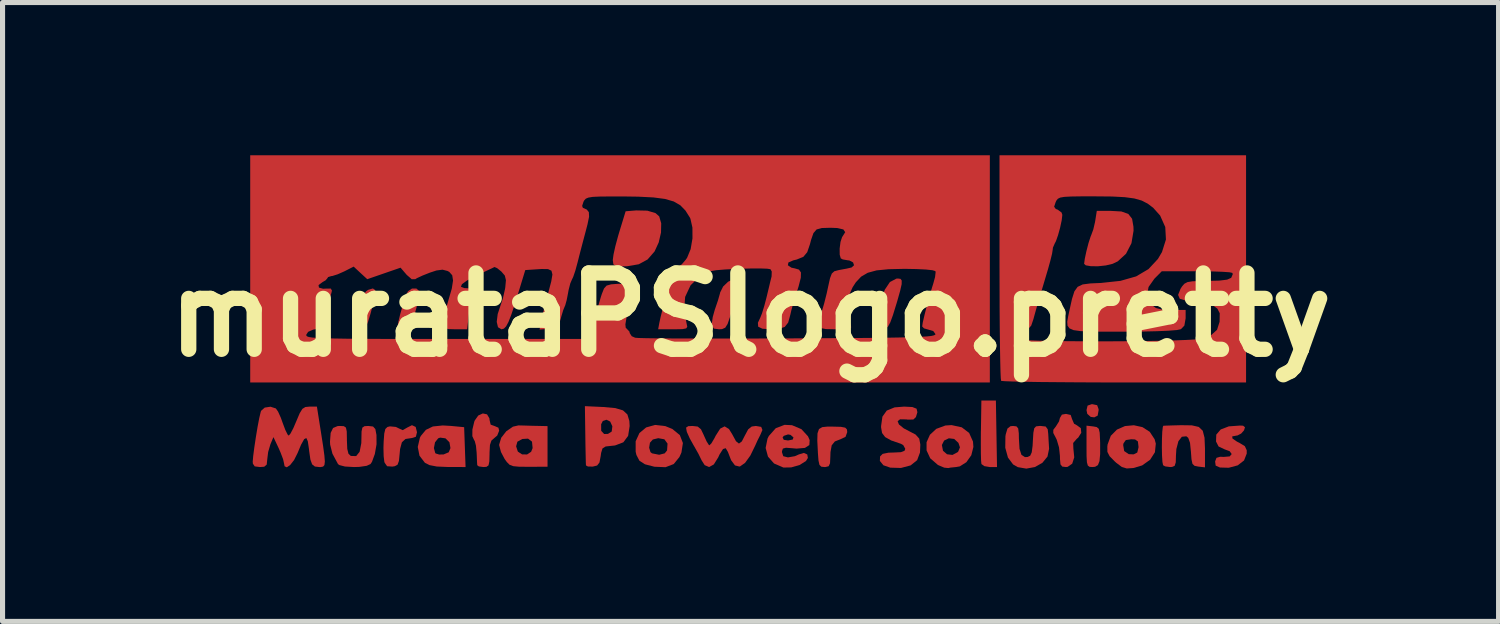
<source format=kicad_pcb>
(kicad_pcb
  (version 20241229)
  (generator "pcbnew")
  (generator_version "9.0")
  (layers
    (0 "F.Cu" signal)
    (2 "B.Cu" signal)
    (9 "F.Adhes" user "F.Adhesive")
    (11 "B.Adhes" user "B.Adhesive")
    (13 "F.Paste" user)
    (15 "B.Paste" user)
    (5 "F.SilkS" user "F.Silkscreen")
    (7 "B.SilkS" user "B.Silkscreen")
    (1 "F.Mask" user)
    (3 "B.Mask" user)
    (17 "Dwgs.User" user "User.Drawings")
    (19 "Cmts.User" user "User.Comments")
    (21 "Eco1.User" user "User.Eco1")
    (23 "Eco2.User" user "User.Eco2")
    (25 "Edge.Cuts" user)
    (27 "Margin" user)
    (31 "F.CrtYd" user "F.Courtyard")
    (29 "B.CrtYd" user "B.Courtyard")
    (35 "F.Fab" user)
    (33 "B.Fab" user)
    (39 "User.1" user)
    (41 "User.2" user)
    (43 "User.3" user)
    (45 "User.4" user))
  (footprint "murataPSlogo.pretty"
    (layer "F.Cu")
    (at 11.693 3.133)
    (property "Reference" "murataPSlogo.pretty" (at 0 0 0) (layer "F.SilkS") (effects (font (size 1.5 1.5) (thickness 0.3))))
    (attr board_only exclude_from_pos_files exclude_from_bom)
    (fp_poly (pts (xy 6.808 1.776) (xy 6.836 1.853) (xy 6.837 1.873) (xy 6.818 1.981) (xy 6.752 2.015) (xy 6.682 2.006) (xy 6.614 1.947) (xy 6.599 1.872) (xy 6.62 1.784) (xy 6.699 1.757) (xy 6.718 1.757)) (stroke (width 0) (type solid)) (fill yes) (layer "F.Cu"))
    (fp_poly (pts (xy 4.83 2.338) (xy 4.841 2.991) (xy 4.698 2.991) (xy 4.591 2.973) (xy 4.535 2.932) (xy 4.528 2.864) (xy 4.524 2.721) (xy 4.523 2.524) (xy 4.524 2.294) (xy 4.525 2.279) (xy 4.534 1.685) (xy 4.676 1.685) (xy 4.819 1.685)) (stroke (width 0) (type solid)) (fill yes) (layer "F.Cu"))
    (fp_poly (pts (xy 6.73 2.193) (xy 6.8 2.206) (xy 6.84 2.24) (xy 6.858 2.317) (xy 6.865 2.461) (xy 6.867 2.516) (xy 6.867 2.735) (xy 6.854 2.875) (xy 6.823 2.953) (xy 6.768 2.986) (xy 6.715 2.991) (xy 6.659 2.987) (xy 6.625 2.962) (xy 6.607 2.899) (xy 6.6 2.777) (xy 6.599 2.584) (xy 6.599 2.178)) (stroke (width 0) (type solid)) (fill yes) (layer "F.Cu"))
    (fp_poly (pts (xy -7.374 -0.486) (xy -7.375 -0.385) (xy -7.405 -0.251) (xy -7.465 -0.022) (xy -7.511 0.131) (xy -7.55 0.222) (xy -7.588 0.268) (xy -7.635 0.283) (xy -7.671 0.285) (xy -7.756 0.267) (xy -7.785 0.194) (xy -7.786 0.154) (xy -7.765 -0.01) (xy -7.711 -0.188) (xy -7.635 -0.349) (xy -7.552 -0.461) (xy -7.513 -0.489) (xy -7.419 -0.517)) (stroke (width 0) (type solid)) (fill yes) (layer "F.Cu"))
    (fp_poly (pts (xy -6.563 -0.515) (xy -6.509 -0.465) (xy -6.505 -0.439) (xy -6.52 -0.323) (xy -6.558 -0.155) (xy -6.61 0.027) (xy -6.655 0.154) (xy -6.727 0.259) (xy -6.819 0.285) (xy -6.905 0.265) (xy -6.932 0.229) (xy -6.918 0.137) (xy -6.883 -0.007) (xy -6.836 -0.172) (xy -6.787 -0.325) (xy -6.744 -0.434) (xy -6.728 -0.463) (xy -6.649 -0.516)) (stroke (width 0) (type solid)) (fill yes) (layer "F.Cu"))
    (fp_poly (pts (xy -2.028 -2.045) (xy -1.867 -1.997) (xy -1.794 -1.932) (xy -1.755 -1.797) (xy -1.759 -1.615) (xy -1.804 -1.421) (xy -1.884 -1.247) (xy -1.886 -1.243) (xy -2.023 -1.086) (xy -2.196 -0.992) (xy -2.427 -0.953) (xy -2.528 -0.95) (xy -2.645 -0.957) (xy -2.695 -0.991) (xy -2.706 -1.074) (xy -2.706 -1.079) (xy -2.692 -1.183) (xy -2.656 -1.347) (xy -2.603 -1.543) (xy -2.58 -1.621) (xy -2.454 -2.033) (xy -2.246 -2.05)) (stroke (width 0) (type solid)) (fill yes) (layer "F.Cu"))
    (fp_poly (pts (xy -0.265 -0.696) (xy -0.237 -0.676) (xy -0.225 -0.634) (xy -0.233 -0.555) (xy -0.263 -0.428) (xy -0.318 -0.238) (xy -0.399 0.029) (xy -0.401 0.036) (xy -0.451 0.18) (xy -0.497 0.254) (xy -0.56 0.282) (xy -0.619 0.285) (xy -0.72 0.272) (xy -0.757 0.216) (xy -0.76 0.167) (xy -0.743 0.045) (xy -0.701 -0.105) (xy -0.692 -0.13) (xy -0.64 -0.283) (xy -0.6 -0.423) (xy -0.597 -0.439) (xy -0.539 -0.555) (xy -0.44 -0.65) (xy -0.329 -0.7)) (stroke (width 0) (type solid)) (fill yes) (layer "F.Cu"))
    (fp_poly (pts (xy 2.946 -0.705) (xy 2.969 -0.673) (xy 2.968 -0.601) (xy 2.939 -0.473) (xy 2.883 -0.274) (xy 2.865 -0.214) (xy 2.797 0.006) (xy 2.745 0.149) (xy 2.699 0.233) (xy 2.647 0.273) (xy 2.582 0.284) (xy 2.558 0.285) (xy 2.454 0.267) (xy 2.421 0.205) (xy 2.421 0.199) (xy 2.442 0.102) (xy 2.461 0.069) (xy 2.492 0.001) (xy 2.531 -0.129) (xy 2.561 -0.254) (xy 2.635 -0.49) (xy 2.737 -0.643) (xy 2.864 -0.71) (xy 2.897 -0.712)) (stroke (width 0) (type solid)) (fill yes) (layer "F.Cu"))
    (fp_poly (pts (xy 7.284 -2.029) (xy 7.42 -1.981) (xy 7.494 -1.886) (xy 7.521 -1.73) (xy 7.523 -1.651) (xy 7.482 -1.406) (xy 7.375 -1.198) (xy 7.212 -1.049) (xy 7.112 -1.001) (xy 6.978 -0.969) (xy 6.826 -0.953) (xy 6.686 -0.954) (xy 6.585 -0.971) (xy 6.552 -1) (xy 6.565 -1.1) (xy 6.597 -1.249) (xy 6.638 -1.408) (xy 6.679 -1.535) (xy 6.696 -1.577) (xy 6.732 -1.675) (xy 6.765 -1.816) (xy 6.771 -1.85) (xy 6.801 -2.041) (xy 7.071 -2.041)) (stroke (width 0) (type solid)) (fill yes) (layer "F.Cu"))
    (fp_poly (pts (xy 1.617 2.197) (xy 1.774 2.201) (xy 1.859 2.217) (xy 1.893 2.252) (xy 1.899 2.305) (xy 1.866 2.397) (xy 1.769 2.444) (xy 1.656 2.488) (xy 1.594 2.564) (xy 1.57 2.697) (xy 1.567 2.789) (xy 1.561 2.917) (xy 1.534 2.975) (xy 1.47 2.991) (xy 1.452 2.991) (xy 1.389 2.984) (xy 1.353 2.948) (xy 1.334 2.862) (xy 1.322 2.703) (xy 1.322 2.694) (xy 1.311 2.472) (xy 1.315 2.328) (xy 1.344 2.245) (xy 1.408 2.207) (xy 1.515 2.196)) (stroke (width 0) (type solid)) (fill yes) (layer "F.Cu"))
    (fp_poly (pts (xy -6.578 2.203) (xy -6.552 2.307) (xy -6.574 2.396) (xy -6.656 2.422) (xy -6.659 2.422) (xy -6.779 2.44) (xy -6.849 2.505) (xy -6.884 2.636) (xy -6.893 2.731) (xy -6.907 2.872) (xy -6.934 2.945) (xy -6.99 2.975) (xy -7.037 2.982) (xy -7.139 2.975) (xy -7.187 2.907) (xy -7.194 2.885) (xy -7.207 2.777) (xy -7.211 2.615) (xy -7.207 2.491) (xy -7.195 2.331) (xy -7.174 2.244) (xy -7.133 2.204) (xy -7.083 2.192) (xy -6.967 2.203) (xy -6.904 2.234) (xy -6.833 2.266) (xy -6.753 2.221) (xy -6.753 2.22) (xy -6.651 2.169)) (stroke (width 0) (type solid)) (fill yes) (layer "F.Cu"))
    (fp_poly (pts (xy 6.288 1.968) (xy 6.314 2.045) (xy 6.314 2.046) (xy 6.355 2.141) (xy 6.409 2.17) (xy 6.487 2.227) (xy 6.496 2.318) (xy 6.435 2.414) (xy 6.407 2.437) (xy 6.337 2.518) (xy 6.341 2.629) (xy 6.358 2.8) (xy 6.318 2.925) (xy 6.229 2.987) (xy 6.195 2.991) (xy 6.123 2.982) (xy 6.088 2.939) (xy 6.078 2.837) (xy 6.077 2.773) (xy 6.059 2.605) (xy 6.014 2.454) (xy 5.997 2.419) (xy 5.946 2.321) (xy 5.947 2.259) (xy 5.997 2.194) (xy 6.059 2.095) (xy 6.077 2.026) (xy 6.116 1.961) (xy 6.196 1.947)) (stroke (width 0) (type solid)) (fill yes) (layer "F.Cu"))
    (fp_poly (pts (xy -5.887 2.183) (xy -5.626 2.208) (xy -5.612 2.599) (xy -5.598 2.991) (xy -5.945 2.99) (xy -6.162 2.981) (xy -6.307 2.953) (xy -6.397 2.907) (xy -6.503 2.769) (xy -6.533 2.618) (xy -6.22 2.618) (xy -6.194 2.715) (xy -6.186 2.724) (xy -6.117 2.745) (xy -6.031 2.744) (xy -5.929 2.701) (xy -5.895 2.619) (xy -5.915 2.504) (xy -5.993 2.427) (xy -6.097 2.413) (xy -6.136 2.427) (xy -6.198 2.505) (xy -6.22 2.618) (xy -6.533 2.618) (xy -6.537 2.595) (xy -6.495 2.415) (xy -6.476 2.379) (xy -6.377 2.26) (xy -6.24 2.194) (xy -6.046 2.174)) (stroke (width 0) (type solid)) (fill yes) (layer "F.Cu"))
    (fp_poly (pts (xy -5.176 1.956) (xy -5.13 2.034) (xy -5.127 2.065) (xy -5.105 2.158) (xy -5.033 2.184) (xy -4.953 2.218) (xy -4.938 2.277) (xy -4.976 2.372) (xy -5.033 2.421) (xy -5.09 2.471) (xy -5.119 2.557) (xy -5.127 2.708) (xy -5.127 2.732) (xy -5.131 2.881) (xy -5.147 2.958) (xy -5.188 2.987) (xy -5.246 2.991) (xy -5.337 2.979) (xy -5.369 2.955) (xy -5.373 2.89) (xy -5.378 2.766) (xy -5.381 2.706) (xy -5.394 2.571) (xy -5.418 2.479) (xy -5.43 2.462) (xy -5.465 2.385) (xy -5.464 2.254) (xy -5.427 2.1) (xy -5.418 2.077) (xy -5.349 1.979) (xy -5.259 1.938)) (stroke (width 0) (type solid)) (fill yes) (layer "F.Cu"))
    (fp_poly (pts (xy -4.438 2.176) (xy -4.274 2.181) (xy -4.214 2.182) (xy -3.988 2.187) (xy -3.988 2.586) (xy -3.988 2.985) (xy -4.357 2.986) (xy -4.543 2.985) (xy -4.66 2.974) (xy -4.733 2.947) (xy -4.787 2.893) (xy -4.831 2.832) (xy -4.902 2.697) (xy -4.932 2.584) (xy -4.605 2.584) (xy -4.571 2.688) (xy -4.488 2.742) (xy -4.39 2.744) (xy -4.31 2.691) (xy -4.281 2.618) (xy -4.293 2.492) (xy -4.371 2.433) (xy -4.483 2.44) (xy -4.58 2.493) (xy -4.605 2.584) (xy -4.932 2.584) (xy -4.937 2.568) (xy -4.938 2.551) (xy -4.898 2.416) (xy -4.798 2.288) (xy -4.668 2.198) (xy -4.56 2.173)) (stroke (width 0) (type solid)) (fill yes) (layer "F.Cu"))
    (fp_poly (pts (xy -1.674 2.187) (xy -1.537 2.243) (xy -1.389 2.364) (xy -1.329 2.519) (xy -1.358 2.706) (xy -1.397 2.794) (xy -1.509 2.932) (xy -1.67 2.994) (xy -1.888 2.985) (xy -1.892 2.984) (xy -2.074 2.937) (xy -2.183 2.867) (xy -2.242 2.754) (xy -2.257 2.689) (xy -2.257 2.611) (xy -1.992 2.611) (xy -1.966 2.698) (xy -1.935 2.722) (xy -1.795 2.75) (xy -1.686 2.722) (xy -1.64 2.665) (xy -1.631 2.53) (xy -1.693 2.446) (xy -1.813 2.424) (xy -1.919 2.45) (xy -1.976 2.513) (xy -1.992 2.611) (xy -2.257 2.611) (xy -2.257 2.485) (xy -2.183 2.323) (xy -2.051 2.213) (xy -1.876 2.164)) (stroke (width 0) (type solid)) (fill yes) (layer "F.Cu"))
    (fp_poly (pts (xy 9.675 2.179) (xy 9.712 2.209) (xy 9.693 2.27) (xy 9.637 2.333) (xy 9.563 2.371) (xy 9.541 2.374) (xy 9.461 2.389) (xy 9.466 2.431) (xy 9.555 2.492) (xy 9.603 2.516) (xy 9.709 2.581) (xy 9.746 2.661) (xy 9.746 2.727) (xy 9.693 2.862) (xy 9.569 2.958) (xy 9.393 3.005) (xy 9.22 3) (xy 9.136 2.963) (xy 9.125 2.881) (xy 9.152 2.81) (xy 9.224 2.789) (xy 9.294 2.792) (xy 9.411 2.782) (xy 9.451 2.736) (xy 9.411 2.68) (xy 9.311 2.643) (xy 9.193 2.587) (xy 9.143 2.489) (xy 9.148 2.354) (xy 9.235 2.253) (xy 9.394 2.192) (xy 9.615 2.176)) (stroke (width 0) (type solid)) (fill yes) (layer "F.Cu"))
    (fp_poly (pts (xy 4.149 2.211) (xy 4.294 2.322) (xy 4.369 2.49) (xy 4.377 2.596) (xy 4.336 2.759) (xy 4.239 2.896) (xy 4.11 2.978) (xy 4.037 2.991) (xy 3.926 3.002) (xy 3.885 3.011) (xy 3.804 3.003) (xy 3.691 2.955) (xy 3.679 2.949) (xy 3.529 2.819) (xy 3.457 2.664) (xy 3.457 2.558) (xy 3.758 2.558) (xy 3.78 2.671) (xy 3.859 2.74) (xy 3.966 2.753) (xy 4.069 2.698) (xy 4.08 2.685) (xy 4.113 2.604) (xy 4.083 2.516) (xy 4 2.439) (xy 3.895 2.426) (xy 3.802 2.471) (xy 3.758 2.558) (xy 3.457 2.558) (xy 3.457 2.504) (xy 3.523 2.357) (xy 3.648 2.241) (xy 3.827 2.175) (xy 3.948 2.167)) (stroke (width 0) (type solid)) (fill yes) (layer "F.Cu"))
    (fp_poly (pts (xy 5.797 2.195) (xy 5.837 2.249) (xy 5.847 2.338) (xy 5.856 2.499) (xy 5.864 2.633) (xy 5.832 2.786) (xy 5.732 2.908) (xy 5.585 2.991) (xy 5.417 3.022) (xy 5.249 2.993) (xy 5.157 2.94) (xy 5.056 2.805) (xy 5.003 2.612) (xy 5.006 2.389) (xy 5.012 2.35) (xy 5.046 2.235) (xy 5.105 2.189) (xy 5.156 2.184) (xy 5.223 2.192) (xy 5.257 2.232) (xy 5.269 2.327) (xy 5.271 2.433) (xy 5.283 2.633) (xy 5.321 2.751) (xy 5.39 2.796) (xy 5.442 2.793) (xy 5.493 2.768) (xy 5.523 2.702) (xy 5.54 2.573) (xy 5.545 2.48) (xy 5.555 2.319) (xy 5.572 2.23) (xy 5.608 2.192) (xy 5.674 2.184) (xy 5.699 2.184)) (stroke (width 0) (type solid)) (fill yes) (layer "F.Cu"))
    (fp_poly (pts (xy 7.698 2.207) (xy 7.841 2.299) (xy 7.937 2.445) (xy 7.96 2.531) (xy 7.943 2.7) (xy 7.848 2.848) (xy 7.692 2.959) (xy 7.52 3.01) (xy 7.39 3.019) (xy 7.293 2.99) (xy 7.184 2.908) (xy 7.157 2.884) (xy 7.053 2.779) (xy 7.009 2.693) (xy 7.008 2.586) (xy 7.012 2.558) (xy 7.319 2.558) (xy 7.339 2.677) (xy 7.429 2.738) (xy 7.525 2.742) (xy 7.596 2.706) (xy 7.62 2.607) (xy 7.62 2.587) (xy 7.608 2.487) (xy 7.553 2.449) (xy 7.478 2.445) (xy 7.371 2.461) (xy 7.326 2.524) (xy 7.319 2.558) (xy 7.012 2.558) (xy 7.012 2.551) (xy 7.076 2.377) (xy 7.197 2.255) (xy 7.355 2.186) (xy 7.529 2.17)) (stroke (width 0) (type solid)) (fill yes) (layer "F.Cu"))
    (fp_poly (pts (xy 8.668 2.172) (xy 8.804 2.203) (xy 8.882 2.278) (xy 8.917 2.414) (xy 8.926 2.627) (xy 8.926 2.644) (xy 8.926 2.997) (xy 8.795 2.982) (xy 8.721 2.967) (xy 8.68 2.928) (xy 8.661 2.84) (xy 8.65 2.692) (xy 8.632 2.515) (xy 8.597 2.417) (xy 8.56 2.387) (xy 8.472 2.396) (xy 8.404 2.484) (xy 8.364 2.637) (xy 8.356 2.763) (xy 8.352 2.9) (xy 8.33 2.968) (xy 8.279 2.989) (xy 8.24 2.991) (xy 8.143 2.978) (xy 8.103 2.955) (xy 8.09 2.889) (xy 8.082 2.763) (xy 8.079 2.604) (xy 8.081 2.439) (xy 8.087 2.296) (xy 8.098 2.202) (xy 8.108 2.18) (xy 8.17 2.177) (xy 8.298 2.173) (xy 8.457 2.169)) (stroke (width 0) (type solid)) (fill yes) (layer "F.Cu"))
    (fp_poly (pts (xy -7.415 2.195) (xy -7.37 2.245) (xy -7.348 2.362) (xy -7.347 2.545) (xy -7.38 2.734) (xy -7.436 2.888) (xy -7.465 2.932) (xy -7.541 2.967) (xy -7.686 2.988) (xy -7.789 2.991) (xy -7.966 2.981) (xy -8.078 2.952) (xy -8.104 2.932) (xy -8.213 2.729) (xy -8.258 2.551) (xy -8.261 2.491) (xy -8.248 2.32) (xy -8.201 2.224) (xy -8.111 2.186) (xy -8.066 2.184) (xy -7.989 2.188) (xy -7.948 2.216) (xy -7.932 2.29) (xy -7.929 2.433) (xy -7.929 2.464) (xy -7.922 2.634) (xy -7.898 2.73) (xy -7.852 2.773) (xy -7.851 2.773) (xy -7.747 2.776) (xy -7.679 2.691) (xy -7.646 2.522) (xy -7.644 2.439) (xy -7.641 2.292) (xy -7.625 2.216) (xy -7.582 2.188) (xy -7.507 2.184)) (stroke (width 0) (type solid)) (fill yes) (layer "F.Cu"))
    (fp_poly (pts (xy -2.887 1.812) (xy -2.657 1.833) (xy -2.506 1.878) (xy -2.419 1.959) (xy -2.381 2.086) (xy -2.375 2.185) (xy -2.405 2.379) (xy -2.499 2.505) (xy -2.662 2.567) (xy -2.719 2.573) (xy -2.846 2.587) (xy -2.908 2.625) (xy -2.935 2.712) (xy -2.944 2.777) (xy -2.968 2.902) (xy -3.014 2.961) (xy -3.098 2.982) (xy -3.194 2.981) (xy -3.233 2.959) (xy -3.236 2.898) (xy -3.239 2.763) (xy -3.243 2.574) (xy -3.246 2.357) (xy -3.249 2.151) (xy -2.935 2.151) (xy -2.934 2.279) (xy -2.876 2.342) (xy -2.801 2.34) (xy -2.727 2.293) (xy -2.715 2.192) (xy -2.715 2.19) (xy -2.757 2.098) (xy -2.83 2.062) (xy -2.902 2.086) (xy -2.935 2.151) (xy -3.249 2.151) (xy -3.254 1.795)) (stroke (width 0) (type solid)) (fill yes) (layer "F.Cu"))
    (fp_poly (pts (xy 3.178 1.812) (xy 3.261 1.845) (xy 3.277 1.914) (xy 3.248 2.01) (xy 3.197 2.058) (xy 3.085 2.059) (xy 3.059 2.055) (xy 2.936 2.053) (xy 2.889 2.091) (xy 2.915 2.155) (xy 3.011 2.232) (xy 3.11 2.284) (xy 3.242 2.353) (xy 3.313 2.432) (xy 3.335 2.549) (xy 3.328 2.706) (xy 3.272 2.856) (xy 3.143 2.959) (xy 2.954 3.009) (xy 2.745 3.003) (xy 2.609 2.956) (xy 2.54 2.871) (xy 2.544 2.783) (xy 2.595 2.732) (xy 2.709 2.709) (xy 2.806 2.706) (xy 2.953 2.699) (xy 3.024 2.672) (xy 3.039 2.633) (xy 2.999 2.56) (xy 2.955 2.535) (xy 2.761 2.468) (xy 2.643 2.402) (xy 2.583 2.322) (xy 2.564 2.213) (xy 2.564 2.185) (xy 2.59 2.001) (xy 2.675 1.882) (xy 2.829 1.819) (xy 3.015 1.804)) (stroke (width 0) (type solid)) (fill yes) (layer "F.Cu"))
    (fp_poly (pts (xy 0.814 2.169) (xy 0.999 2.247) (xy 1.128 2.387) (xy 1.161 2.461) (xy 1.155 2.559) (xy 1.068 2.615) (xy 0.903 2.629) (xy 0.825 2.622) (xy 0.696 2.612) (xy 0.635 2.628) (xy 0.618 2.679) (xy 0.617 2.7) (xy 0.642 2.778) (xy 0.732 2.801) (xy 0.737 2.801) (xy 0.87 2.778) (xy 0.949 2.743) (xy 1.047 2.714) (xy 1.114 2.744) (xy 1.126 2.812) (xy 1.088 2.873) (xy 0.963 2.951) (xy 0.798 2.998) (xy 0.647 3.001) (xy 0.643 3) (xy 0.461 2.921) (xy 0.342 2.786) (xy 0.296 2.616) (xy 0.333 2.433) (xy 0.345 2.409) (xy 0.629 2.409) (xy 0.652 2.456) (xy 0.736 2.469) (xy 0.828 2.451) (xy 0.843 2.409) (xy 0.785 2.359) (xy 0.736 2.35) (xy 0.653 2.378) (xy 0.629 2.409) (xy 0.345 2.409) (xy 0.359 2.381) (xy 0.495 2.228) (xy 0.668 2.162)) (stroke (width 0) (type solid)) (fill yes) (layer "F.Cu"))
    (fp_poly (pts (xy 0.209 2.202) (xy 0.233 2.263) (xy 0.19 2.363) (xy 0.135 2.472) (xy 0.094 2.564) (xy -0.004 2.765) (xy -0.108 2.909) (xy -0.206 2.978) (xy -0.22 2.981) (xy -0.306 2.959) (xy -0.382 2.857) (xy -0.445 2.694) (xy -0.488 2.621) (xy -0.541 2.637) (xy -0.609 2.744) (xy -0.635 2.801) (xy -0.722 2.94) (xy -0.814 2.991) (xy -0.901 2.954) (xy -0.961 2.86) (xy -1.024 2.731) (xy -1.107 2.584) (xy -1.119 2.564) (xy -1.194 2.429) (xy -1.248 2.309) (xy -1.254 2.291) (xy -1.267 2.217) (xy -1.224 2.188) (xy -1.139 2.184) (xy -1.038 2.196) (xy -0.974 2.249) (xy -0.917 2.368) (xy -0.915 2.374) (xy -0.862 2.49) (xy -0.819 2.557) (xy -0.808 2.564) (xy -0.769 2.525) (xy -0.711 2.427) (xy -0.684 2.374) (xy -0.596 2.236) (xy -0.509 2.192) (xy -0.424 2.244) (xy -0.36 2.348) (xy -0.286 2.484) (xy -0.228 2.53) (xy -0.172 2.488) (xy -0.113 2.374) (xy -0.047 2.251) (xy 0.023 2.195) (xy 0.104 2.184)) (stroke (width 0) (type solid)) (fill yes) (layer "F.Cu"))
    (fp_poly (pts (xy -8.437 2.317) (xy -8.396 2.581) (xy -8.371 2.765) (xy -8.362 2.883) (xy -8.37 2.951) (xy -8.396 2.982) (xy -8.441 2.991) (xy -8.472 2.991) (xy -8.558 2.981) (xy -8.612 2.938) (xy -8.646 2.844) (xy -8.67 2.677) (xy -8.675 2.631) (xy -8.697 2.484) (xy -8.726 2.421) (xy -8.768 2.443) (xy -8.829 2.552) (xy -8.897 2.715) (xy -8.967 2.854) (xy -9.043 2.951) (xy -9.109 2.996) (xy -9.153 2.976) (xy -9.163 2.923) (xy -9.182 2.838) (xy -9.232 2.706) (xy -9.267 2.625) (xy -9.372 2.403) (xy -9.431 2.543) (xy -9.476 2.697) (xy -9.493 2.837) (xy -9.504 2.943) (xy -9.553 2.985) (xy -9.638 2.991) (xy -9.74 2.978) (xy -9.776 2.924) (xy -9.779 2.884) (xy -9.769 2.771) (xy -9.747 2.602) (xy -9.717 2.403) (xy -9.684 2.204) (xy -9.651 2.031) (xy -9.623 1.913) (xy -9.615 1.887) (xy -9.543 1.823) (xy -9.43 1.806) (xy -9.324 1.84) (xy -9.281 1.902) (xy -9.226 2.024) (xy -9.19 2.125) (xy -9.139 2.261) (xy -9.094 2.352) (xy -9.071 2.374) (xy -9.037 2.333) (xy -8.981 2.227) (xy -8.922 2.089) (xy -8.856 1.934) (xy -8.803 1.848) (xy -8.745 1.812) (xy -8.663 1.804) (xy -8.518 1.804)) (stroke (width 0) (type solid)) (fill yes) (layer "F.Cu"))
    (fp_poly (pts (xy 9.733 -0.902) (xy 9.733 1.329) (xy 7.343 1.329) (xy 6.875 1.329) (xy 6.437 1.327) (xy 6.037 1.324) (xy 5.683 1.321) (xy 5.387 1.316) (xy 5.155 1.311) (xy 4.999 1.305) (xy 4.926 1.299) (xy 4.922 1.298) (xy 4.915 1.245) (xy 4.909 1.107) (xy 4.904 0.893) (xy 4.899 0.613) (xy 4.897 0.434) (xy 5.192 0.434) (xy 5.225 0.478) (xy 5.292 0.49) (xy 5.44 0.5) (xy 5.658 0.509) (xy 5.93 0.515) (xy 6.246 0.519) (xy 6.591 0.521) (xy 6.952 0.522) (xy 7.317 0.52) (xy 7.672 0.517) (xy 8.004 0.511) (xy 8.301 0.504) (xy 8.548 0.495) (xy 8.734 0.485) (xy 8.844 0.472) (xy 8.854 0.47) (xy 9.048 0.399) (xy 9.163 0.295) (xy 9.213 0.138) (xy 9.216 -0.03) (xy 9.169 -0.121) (xy 9.057 -0.203) (xy 8.91 -0.262) (xy 8.759 -0.281) (xy 8.746 -0.281) (xy 8.546 -0.279) (xy 8.431 -0.314) (xy 8.398 -0.39) (xy 8.445 -0.509) (xy 8.477 -0.559) (xy 8.522 -0.61) (xy 8.583 -0.642) (xy 8.682 -0.658) (xy 8.841 -0.664) (xy 8.97 -0.665) (xy 9.208 -0.671) (xy 9.361 -0.69) (xy 9.438 -0.724) (xy 9.442 -0.728) (xy 9.472 -0.798) (xy 9.463 -0.823) (xy 9.407 -0.835) (xy 9.274 -0.844) (xy 9.081 -0.851) (xy 8.847 -0.854) (xy 8.755 -0.855) (xy 8.078 -0.855) (xy 7.932 -0.708) (xy 7.818 -0.546) (xy 7.788 -0.382) (xy 7.845 -0.231) (xy 7.881 -0.19) (xy 7.964 -0.132) (xy 8.084 -0.103) (xy 8.261 -0.095) (xy 8.546 -0.095) (xy 8.546 0.07) (xy 8.521 0.213) (xy 8.454 0.283) (xy 8.375 0.3) (xy 8.212 0.313) (xy 7.974 0.323) (xy 7.673 0.33) (xy 7.319 0.332) (xy 7.313 0.332) (xy 6.955 0.332) (xy 6.681 0.33) (xy 6.482 0.321) (xy 6.346 0.302) (xy 6.264 0.267) (xy 6.226 0.214) (xy 6.22 0.137) (xy 6.238 0.033) (xy 6.264 -0.087) (xy 6.314 -0.312) (xy 6.361 -0.46) (xy 6.425 -0.549) (xy 6.524 -0.596) (xy 6.677 -0.616) (xy 6.882 -0.625) (xy 7.265 -0.666) (xy 7.574 -0.754) (xy 7.816 -0.897) (xy 8.001 -1.096) (xy 8.081 -1.231) (xy 8.159 -1.478) (xy 8.146 -1.723) (xy 8.045 -1.949) (xy 7.908 -2.102) (xy 7.799 -2.184) (xy 7.681 -2.244) (xy 7.537 -2.285) (xy 7.35 -2.31) (xy 7.103 -2.323) (xy 6.778 -2.326) (xy 6.767 -2.326) (xy 6.491 -2.326) (xy 6.295 -2.323) (xy 6.164 -2.316) (xy 6.083 -2.302) (xy 6.036 -2.279) (xy 6.008 -2.244) (xy 5.992 -2.21) (xy 5.963 -2.122) (xy 5.996 -2.078) (xy 6.032 -2.065) (xy 6.108 -2.01) (xy 6.124 -1.964) (xy 6.112 -1.858) (xy 6.081 -1.713) (xy 6.04 -1.564) (xy 5.999 -1.447) (xy 5.976 -1.403) (xy 5.939 -1.318) (xy 5.935 -1.28) (xy 5.922 -1.198) (xy 5.887 -1.056) (xy 5.839 -0.883) (xy 5.836 -0.874) (xy 5.776 -0.672) (xy 5.716 -0.471) (xy 5.674 -0.332) (xy 5.62 -0.146) (xy 5.567 0.045) (xy 5.557 0.083) (xy 5.513 0.213) (xy 5.459 0.273) (xy 5.393 0.285) (xy 5.284 0.309) (xy 5.21 0.367) (xy 5.192 0.434) (xy 4.897 0.434) (xy 4.895 0.276) (xy 4.892 -0.108) (xy 4.891 -0.531) (xy 4.89 -0.934) (xy 4.89 -3.133) (xy 7.311 -3.133) (xy 9.733 -3.133)) (stroke (width 0) (type solid)) (fill yes) (layer "F.Cu"))
    (fp_poly (pts (xy 4.7 -0.902) (xy 4.7 1.329) (xy -2.564 1.329) (xy -9.828 1.329) (xy -9.828 0.392) (xy -8.727 0.392) (xy -8.726 0.409) (xy -8.711 0.424) (xy -8.676 0.437) (xy -8.612 0.447) (xy -8.514 0.455) (xy -8.373 0.461) (xy -8.183 0.466) (xy -7.936 0.47) (xy -7.626 0.472) (xy -7.245 0.474) (xy -6.787 0.474) (xy -6.243 0.475) (xy -5.991 0.475) (xy -3.239 0.475) (xy -3.17 0.368) (xy -3.118 0.259) (xy -3.065 0.103) (xy -3.043 0.02) (xy -2.995 -0.165) (xy -2.941 -0.348) (xy -2.922 -0.407) (xy -2.879 -0.516) (xy -2.828 -0.573) (xy -2.739 -0.598) (xy -2.609 -0.608) (xy -2.461 -0.609) (xy -2.353 -0.597) (xy -2.321 -0.584) (xy -2.315 -0.523) (xy -2.332 -0.395) (xy -2.368 -0.222) (xy -2.387 -0.146) (xy -2.437 0.059) (xy -2.459 0.188) (xy -2.452 0.255) (xy -2.433 0.273) (xy -2.379 0.331) (xy -2.374 0.359) (xy -2.334 0.421) (xy -2.267 0.451) (xy -2.201 0.456) (xy -2.049 0.46) (xy -1.82 0.463) (xy -1.521 0.465) (xy -1.161 0.466) (xy -0.748 0.467) (xy -0.293 0.467) (xy 0.198 0.466) (xy 0.716 0.464) (xy 0.736 0.464) (xy 1.338 0.461) (xy 1.853 0.458) (xy 2.285 0.455) (xy 2.644 0.451) (xy 2.934 0.446) (xy 3.163 0.44) (xy 3.337 0.433) (xy 3.465 0.425) (xy 3.551 0.416) (xy 3.603 0.404) (xy 3.627 0.391) (xy 3.632 0.38) (xy 3.589 0.32) (xy 3.501 0.294) (xy 3.407 0.267) (xy 3.371 0.229) (xy 3.383 0.15) (xy 3.416 0.007) (xy 3.462 -0.174) (xy 3.514 -0.365) (xy 3.566 -0.54) (xy 3.588 -0.609) (xy 3.624 -0.741) (xy 3.635 -0.837) (xy 3.63 -0.858) (xy 3.574 -0.875) (xy 3.443 -0.889) (xy 3.256 -0.898) (xy 3.032 -0.902) (xy 3.023 -0.902) (xy 2.711 -0.895) (xy 2.476 -0.872) (xy 2.302 -0.825) (xy 2.172 -0.749) (xy 2.068 -0.638) (xy 2.005 -0.541) (xy 1.931 -0.376) (xy 1.909 -0.2) (xy 1.913 -0.119) (xy 1.93 0.038) (xy 1.954 0.164) (xy 1.967 0.202) (xy 1.977 0.245) (xy 1.948 0.27) (xy 1.862 0.282) (xy 1.701 0.285) (xy 1.667 0.285) (xy 1.479 0.281) (xy 1.372 0.26) (xy 1.333 0.203) (xy 1.349 0.093) (xy 1.397 -0.058) (xy 1.445 -0.22) (xy 1.496 -0.422) (xy 1.525 -0.557) (xy 1.561 -0.719) (xy 1.596 -0.81) (xy 1.646 -0.855) (xy 1.729 -0.877) (xy 1.754 -0.882) (xy 1.885 -0.906) (xy 1.98 -0.928) (xy 1.986 -0.93) (xy 2.033 -0.973) (xy 2.013 -1.029) (xy 1.94 -1.067) (xy 1.909 -1.07) (xy 1.811 -1.087) (xy 1.772 -1.108) (xy 1.751 -1.18) (xy 1.75 -1.302) (xy 1.767 -1.432) (xy 1.798 -1.526) (xy 1.808 -1.541) (xy 1.859 -1.622) (xy 1.823 -1.676) (xy 1.7 -1.704) (xy 1.57 -1.709) (xy 1.4 -1.704) (xy 1.297 -1.676) (xy 1.235 -1.604) (xy 1.188 -1.469) (xy 1.167 -1.387) (xy 1.113 -1.229) (xy 1.037 -1.138) (xy 0.907 -1.085) (xy 0.839 -1.069) (xy 0.743 -1.027) (xy 0.733 -0.972) (xy 0.803 -0.925) (xy 0.87 -0.911) (xy 0.951 -0.887) (xy 0.99 -0.831) (xy 0.987 -0.727) (xy 0.944 -0.559) (xy 0.906 -0.439) (xy 0.849 -0.259) (xy 0.801 -0.087) (xy 0.781 0) (xy 0.739 0.153) (xy 0.671 0.239) (xy 0.555 0.277) (xy 0.398 0.285) (xy 0.232 0.274) (xy 0.15 0.234) (xy 0.144 0.157) (xy 0.19 0.059) (xy 0.225 -0.029) (xy 0.27 -0.176) (xy 0.311 -0.332) (xy 0.354 -0.51) (xy 0.391 -0.665) (xy 0.413 -0.753) (xy 0.416 -0.85) (xy 0.391 -0.895) (xy 0.327 -0.905) (xy 0.188 -0.91) (xy -0.005 -0.909) (xy -0.233 -0.903) (xy -0.244 -0.902) (xy -0.498 -0.89) (xy -0.677 -0.875) (xy -0.802 -0.854) (xy -0.893 -0.823) (xy -0.97 -0.778) (xy -0.986 -0.767) (xy -1.178 -0.579) (xy -1.285 -0.351) (xy -1.305 -0.082) (xy -1.255 0.178) (xy -1.243 0.236) (xy -1.265 0.268) (xy -1.34 0.282) (xy -1.487 0.285) (xy -1.519 0.285) (xy -1.815 0.285) (xy -1.791 0.154) (xy -1.765 0.036) (xy -1.723 -0.13) (xy -1.692 -0.248) (xy -1.654 -0.422) (xy -1.639 -0.581) (xy -1.644 -0.659) (xy -1.651 -0.764) (xy -1.605 -0.817) (xy -1.572 -0.829) (xy -1.492 -0.872) (xy -1.472 -0.905) (xy -1.434 -0.948) (xy -1.412 -0.952) (xy -1.352 -0.99) (xy -1.272 -1.083) (xy -1.246 -1.121) (xy -1.177 -1.289) (xy -1.141 -1.5) (xy -1.142 -1.712) (xy -1.181 -1.886) (xy -1.193 -1.911) (xy -1.279 -2.047) (xy -1.379 -2.15) (xy -1.508 -2.225) (xy -1.68 -2.275) (xy -1.908 -2.305) (xy -2.207 -2.32) (xy -2.482 -2.324) (xy -2.763 -2.324) (xy -2.963 -2.322) (xy -3.099 -2.316) (xy -3.185 -2.302) (xy -3.235 -2.281) (xy -3.266 -2.248) (xy -3.281 -2.222) (xy -3.308 -2.139) (xy -3.295 -2.102) (xy -3.216 -2.066) (xy -3.176 -2.015) (xy -3.172 -1.926) (xy -3.202 -1.78) (xy -3.233 -1.66) (xy -3.292 -1.438) (xy -3.353 -1.205) (xy -3.399 -1.024) (xy -3.442 -0.866) (xy -3.484 -0.743) (xy -3.509 -0.691) (xy -3.541 -0.616) (xy -3.574 -0.487) (xy -3.585 -0.427) (xy -3.612 -0.288) (xy -3.64 -0.187) (xy -3.649 -0.166) (xy -3.679 -0.093) (xy -3.717 0.032) (xy -3.727 0.071) (xy -3.765 0.194) (xy -3.82 0.251) (xy -3.925 0.273) (xy -3.959 0.276) (xy -4.144 0.291) (xy -4.115 0.134) (xy -4.089 0.016) (xy -4.046 -0.161) (xy -3.992 -0.366) (xy -3.971 -0.443) (xy -3.915 -0.655) (xy -3.892 -0.791) (xy -3.911 -0.866) (xy -3.978 -0.897) (xy -4.103 -0.899) (xy -4.201 -0.893) (xy -4.425 -0.878) (xy -4.541 -0.499) (xy -4.63 -0.21) (xy -4.7 -0.001) (xy -4.755 0.141) (xy -4.802 0.228) (xy -4.845 0.272) (xy -4.89 0.285) (xy -4.894 0.285) (xy -4.961 0.245) (xy -4.986 0.139) (xy -4.967 -0.014) (xy -4.917 -0.166) (xy -4.865 -0.322) (xy -4.824 -0.502) (xy -4.818 -0.538) (xy -4.805 -0.68) (xy -4.827 -0.77) (xy -4.895 -0.849) (xy -4.978 -0.916) (xy -5.029 -0.938) (xy -5.03 -0.938) (xy -5.083 -0.912) (xy -5.198 -0.858) (xy -5.353 -0.785) (xy -5.377 -0.774) (xy -5.565 -0.676) (xy -5.67 -0.6) (xy -5.689 -0.549) (xy -5.62 -0.524) (xy -5.573 -0.522) (xy -5.49 -0.513) (xy -5.466 -0.468) (xy -5.479 -0.368) (xy -5.503 -0.227) (xy -5.528 -0.048) (xy -5.538 0.036) (xy -5.567 0.285) (xy -5.798 0.285) (xy -5.936 0.281) (xy -6.005 0.261) (xy -6.027 0.21) (xy -6.03 0.149) (xy -6.015 0.031) (xy -5.978 -0.136) (xy -5.935 -0.285) (xy -5.869 -0.513) (xy -5.844 -0.672) (xy -5.86 -0.776) (xy -5.918 -0.842) (xy -5.954 -0.861) (xy -6.051 -0.886) (xy -6.17 -0.87) (xy -6.298 -0.828) (xy -6.442 -0.771) (xy -6.552 -0.72) (xy -6.586 -0.699) (xy -6.655 -0.698) (xy -6.752 -0.782) (xy -6.76 -0.791) (xy -6.875 -0.925) (xy -7.202 -0.812) (xy -7.529 -0.699) (xy -7.663 -0.822) (xy -7.796 -0.946) (xy -7.979 -0.853) (xy -8.11 -0.795) (xy -8.214 -0.762) (xy -8.235 -0.76) (xy -8.3 -0.74) (xy -8.308 -0.723) (xy -8.346 -0.678) (xy -8.41 -0.64) (xy -8.486 -0.583) (xy -8.478 -0.534) (xy -8.395 -0.511) (xy -8.34 -0.514) (xy -8.246 -0.515) (xy -8.223 -0.477) (xy -8.23 -0.443) (xy -8.257 -0.35) (xy -8.299 -0.204) (xy -8.33 -0.095) (xy -8.386 0.089) (xy -8.434 0.2) (xy -8.486 0.259) (xy -8.557 0.286) (xy -8.593 0.292) (xy -8.69 0.335) (xy -8.727 0.392) (xy -9.828 0.392) (xy -9.828 -0.902) (xy -9.828 -3.133) (xy -2.564 -3.133) (xy 4.7 -3.133)) (stroke (width 0) (type solid)) (fill yes) (layer "F.Cu")))
  (gr_rect
    (start -3 -3)
    (end 26.386 9.156)
    (stroke (width 0.1) (type default))
    (fill no)
    (layer "Edge.Cuts")))
</source>
